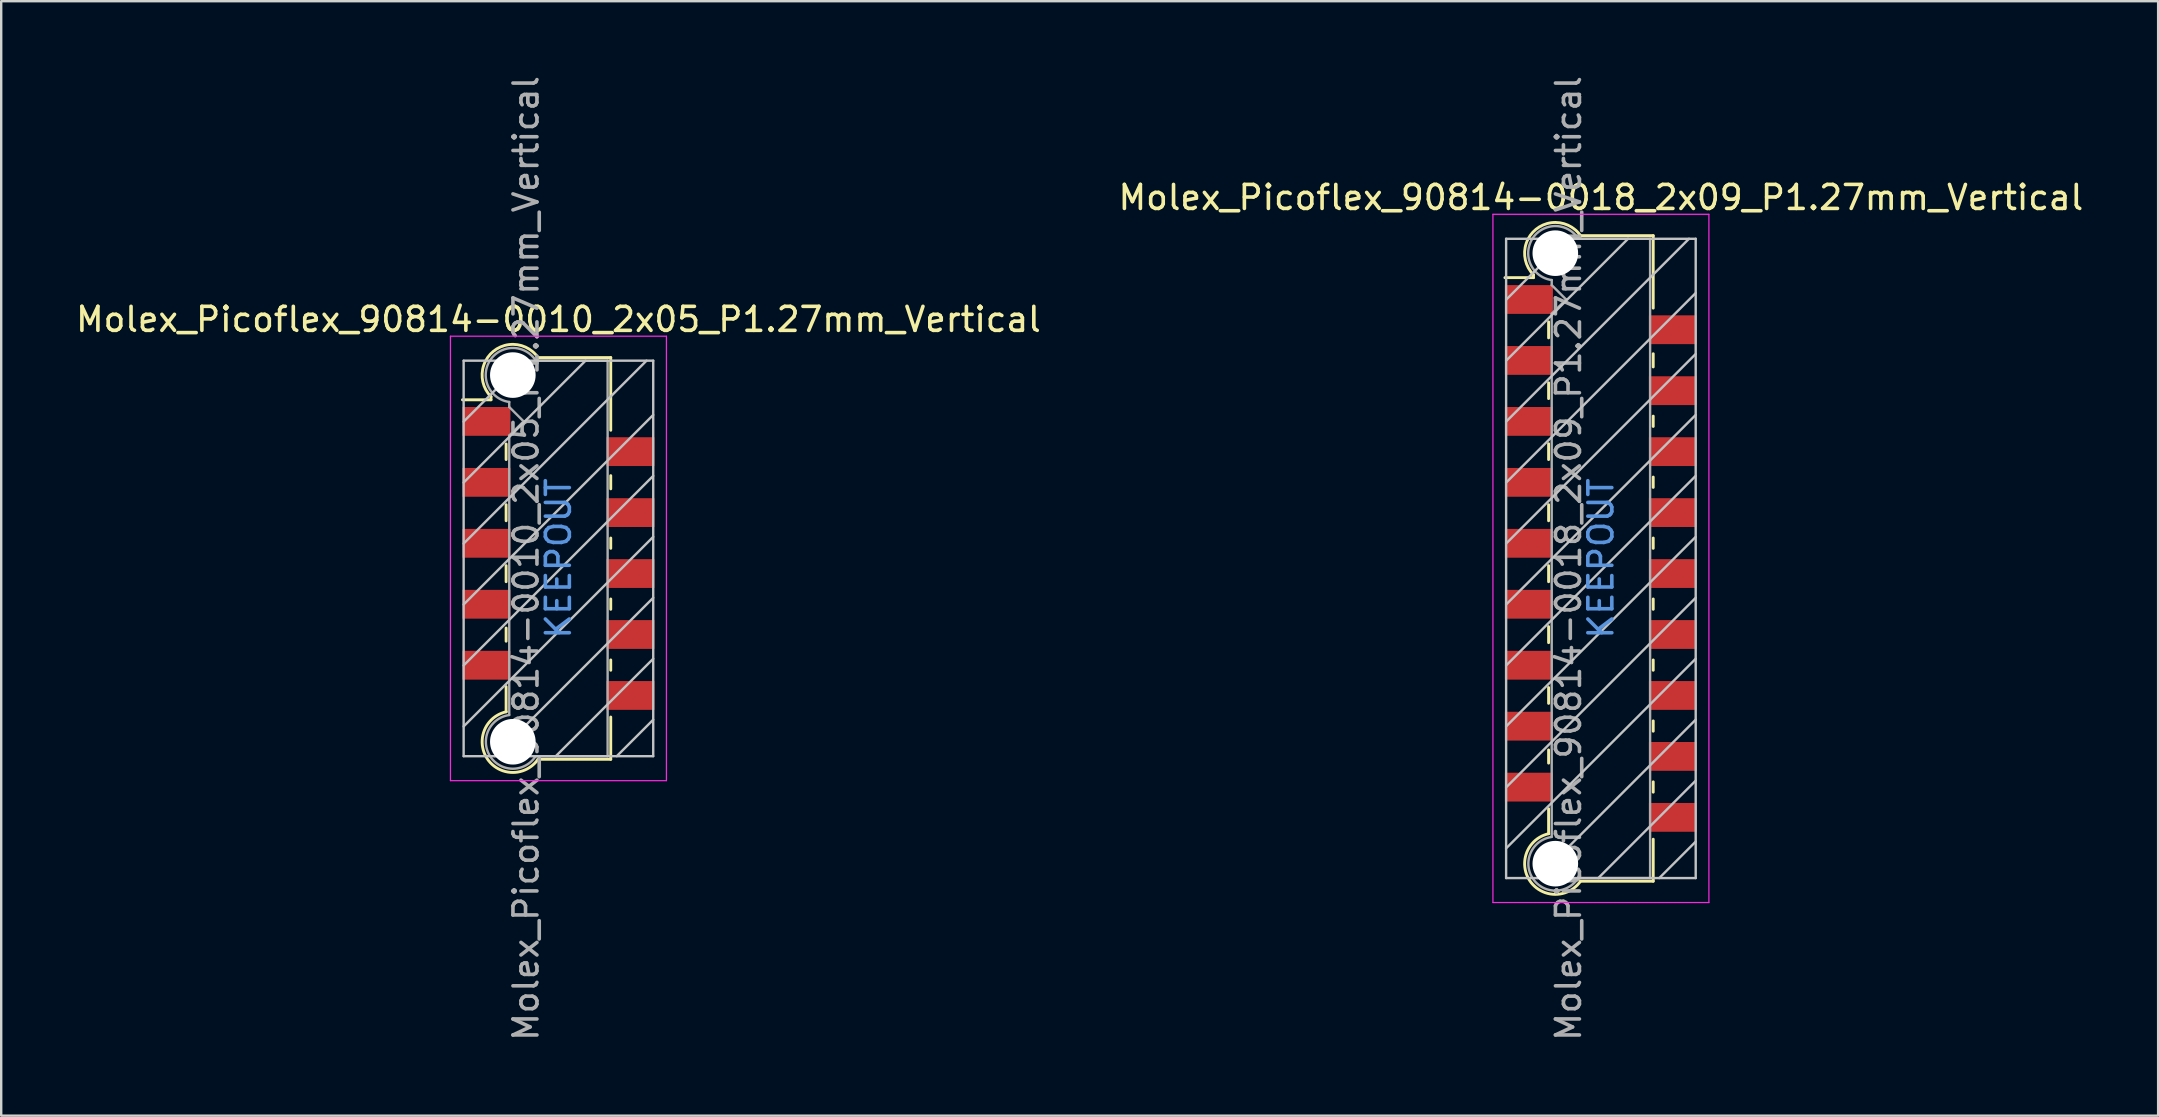
<source format=kicad_pcb>
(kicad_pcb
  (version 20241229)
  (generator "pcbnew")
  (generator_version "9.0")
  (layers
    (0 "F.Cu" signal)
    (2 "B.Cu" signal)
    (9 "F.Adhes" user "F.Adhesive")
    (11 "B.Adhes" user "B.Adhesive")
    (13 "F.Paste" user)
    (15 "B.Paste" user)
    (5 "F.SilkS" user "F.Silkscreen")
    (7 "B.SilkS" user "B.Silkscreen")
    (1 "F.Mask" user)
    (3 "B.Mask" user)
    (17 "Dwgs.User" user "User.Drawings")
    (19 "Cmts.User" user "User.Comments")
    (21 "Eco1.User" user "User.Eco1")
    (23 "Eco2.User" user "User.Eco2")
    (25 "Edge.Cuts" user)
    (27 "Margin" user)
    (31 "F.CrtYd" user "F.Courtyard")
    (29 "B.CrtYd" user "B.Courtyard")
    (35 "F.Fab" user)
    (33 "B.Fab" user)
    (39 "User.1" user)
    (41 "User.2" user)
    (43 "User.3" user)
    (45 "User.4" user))
  (footprint "Molex_Picoflex_90814-0010_2x05_P1.27mm_Vertical"
    (layer "F.Cu")
    (at 20.22 20.22)
    (property "Reference" "Molex_Picoflex_90814-0010_2x05_P1.27mm_Vertical" (at 0 -9.96 0) (layer "F.SilkS") (effects (font (size 1 1) (thickness 0.15))))
    (attr smd)
    (fp_line (start -2.81 -6.74) (end -2.81 -6.61) (stroke (width 0.12) (type solid)) (layer "F.SilkS"))
    (fp_line (start -2.81 -6.61) (end -4 -6.61) (stroke (width 0.12) (type solid)) (layer "F.SilkS"))
    (fp_line (start -2.18 -4.12) (end -2.18 -4.77) (stroke (width 0.12) (type solid)) (layer "F.SilkS"))
    (fp_line (start -2.18 -1.57) (end -2.18 -2.24) (stroke (width 0.12) (type solid)) (layer "F.SilkS"))
    (fp_line (start -2.18 0.97) (end -2.18 0.3) (stroke (width 0.12) (type solid)) (layer "F.SilkS"))
    (fp_line (start -2.18 3.45) (end -2.18 2.9) (stroke (width 0.12) (type solid)) (layer "F.SilkS"))
    (fp_line (start -2.18 6.39) (end -2.18 5.34) (stroke (width 0.12) (type solid)) (layer "F.SilkS"))
    (fp_line (start 2.18 -8.37) (end -0.82 -8.37) (stroke (width 0.12) (type solid)) (layer "F.SilkS"))
    (fp_line (start 2.18 -8.37) (end 2.18 -5.34) (stroke (width 0.12) (type solid)) (layer "F.SilkS"))
    (fp_line (start 2.18 -3.45) (end 2.18 -2.9) (stroke (width 0.12) (type solid)) (layer "F.SilkS"))
    (fp_line (start 2.18 -0.85) (end 2.18 -0.42) (stroke (width 0.12) (type solid)) (layer "F.SilkS"))
    (fp_line (start 2.18 1.69) (end 2.18 2.12) (stroke (width 0.12) (type solid)) (layer "F.SilkS"))
    (fp_line (start 2.18 4.23) (end 2.18 4.66) (stroke (width 0.12) (type solid)) (layer "F.SilkS"))
    (fp_line (start 2.18 6.61) (end 2.18 8.37) (stroke (width 0.12) (type solid)) (layer "F.SilkS"))
    (fp_line (start 2.18 8.37) (end -0.85 8.37) (stroke (width 0.12) (type solid)) (layer "F.SilkS"))
    (fp_arc (start -2.81 -6.74) (mid -2.708637 -8.632072) (end -0.834991 -8.349828) (stroke (width 0.12) (type solid)) (layer "F.SilkS"))
    (fp_arc (start -0.85 8.37) (mid -2.962791 8.351248) (end -2.174424 6.390964) (stroke (width 0.12) (type solid)) (layer "F.SilkS"))
    (fp_line (start -3.95 -8.24) (end -3.95 8.24) (stroke (width 0.1) (type solid)) (layer "Dwgs.User"))
    (fp_line (start -3.95 -5.7) (end -1.41 -8.24) (stroke (width 0.1) (type solid)) (layer "Dwgs.User"))
    (fp_line (start -3.95 -3.16) (end 1.13 -8.24) (stroke (width 0.1) (type solid)) (layer "Dwgs.User"))
    (fp_line (start -3.95 -0.62) (end 3.67 -8.24) (stroke (width 0.1) (type solid)) (layer "Dwgs.User"))
    (fp_line (start -3.95 1.92) (end 3.95 -5.98) (stroke (width 0.1) (type solid)) (layer "Dwgs.User"))
    (fp_line (start -3.95 4.46) (end 3.95 -3.44) (stroke (width 0.1) (type solid)) (layer "Dwgs.User"))
    (fp_line (start -3.95 7) (end 3.95 -0.9) (stroke (width 0.1) (type solid)) (layer "Dwgs.User"))
    (fp_line (start -3.95 8.24) (end 3.95 8.24) (stroke (width 0.1) (type solid)) (layer "Dwgs.User"))
    (fp_line (start -2.65 8.24) (end 3.95 1.64) (stroke (width 0.1) (type solid)) (layer "Dwgs.User"))
    (fp_line (start -0.11 8.24) (end 3.95 4.18) (stroke (width 0.1) (type solid)) (layer "Dwgs.User"))
    (fp_line (start 2.43 8.24) (end 3.95 6.72) (stroke (width 0.1) (type solid)) (layer "Dwgs.User"))
    (fp_line (start 3.95 -8.24) (end -3.95 -8.24) (stroke (width 0.1) (type solid)) (layer "Dwgs.User"))
    (fp_line (start 3.95 8.24) (end 3.95 -8.24) (stroke (width 0.1) (type solid)) (layer "Dwgs.User"))
    (fp_line (start -4.5 -9.26) (end -4.5 9.26) (stroke (width 0.05) (type solid)) (layer "F.CrtYd"))
    (fp_line (start -4.5 9.26) (end 4.5 9.26) (stroke (width 0.05) (type solid)) (layer "F.CrtYd"))
    (fp_line (start 4.5 -9.26) (end -4.5 -9.26) (stroke (width 0.05) (type solid)) (layer "F.CrtYd"))
    (fp_line (start 4.5 9.26) (end 4.5 -9.26) (stroke (width 0.05) (type solid)) (layer "F.CrtYd"))
    (fp_line (start -2.05 -6.31) (end -2.05 -6.52) (stroke (width 0.1) (type solid)) (layer "F.Fab"))
    (fp_line (start -2.05 -5.12) (end -1.45 -5.71) (stroke (width 0.1) (type solid)) (layer "F.Fab"))
    (fp_line (start -2.05 6.52) (end -2.05 -5.12) (stroke (width 0.1) (type solid)) (layer "F.Fab"))
    (fp_line (start -1.45 -5.71) (end -2.05 -6.31) (stroke (width 0.1) (type solid)) (layer "F.Fab"))
    (fp_line (start 2.05 -8.24) (end -0.93 -8.24) (stroke (width 0.1) (type solid)) (layer "F.Fab"))
    (fp_line (start 2.05 -8.24) (end 2.05 8.24) (stroke (width 0.1) (type solid)) (layer "F.Fab"))
    (fp_line (start 2.05 8.24) (end -0.95 8.24) (stroke (width 0.1) (type solid)) (layer "F.Fab"))
    (fp_arc (start -2.05 -6.52) (mid -2.851672 -8.249279) (end -0.945612 -8.245015) (stroke (width 0.1) (type solid)) (layer "F.Fab"))
    (fp_arc (start -0.95 8.24) (mid -2.845272 8.247422) (end -2.051022 6.526585) (stroke (width 0.1) (type solid)) (layer "F.Fab"))
    (fp_text user "KEEPOUT" (at 0 0 90) (layer "Cmts.User") (effects (font (size 1 1) (thickness 0.15))))
    (fp_text user "${REFERENCE}" (at -1.35 0 90) (layer "F.Fab") (effects (font (size 1 1) (thickness 0.15))))
    (pad "" np_thru_hole circle (at -1.9 -7.64) (size 1.9 1.9) (drill 1.9) (layers "*.Cu" "*.Mask"))
    (pad "" np_thru_hole circle (at -1.9 7.64) (size 1.9 1.9) (drill 1.9) (layers "*.Cu" "*.Mask"))
    (pad "1" smd rect (at -3 -5.71) (size 2 1.2) (layers "F.Cu" "F.Mask" "F.Paste"))
    (pad "2" smd rect (at 3 -4.45) (size 2 1.2) (layers "F.Cu" "F.Mask" "F.Paste"))
    (pad "3" smd rect (at -3 -3.17) (size 2 1.2) (layers "F.Cu" "F.Mask" "F.Paste"))
    (pad "4" smd rect (at 3 -1.91) (size 2 1.2) (layers "F.Cu" "F.Mask" "F.Paste"))
    (pad "5" smd rect (at -3 -0.63) (size 2 1.2) (layers "F.Cu" "F.Mask" "F.Paste"))
    (pad "6" smd rect (at 3 0.63) (size 2 1.2) (layers "F.Cu" "F.Mask" "F.Paste"))
    (pad "7" smd rect (at -3 1.91) (size 2 1.2) (layers "F.Cu" "F.Mask" "F.Paste"))
    (pad "8" smd rect (at 3 3.17) (size 2 1.2) (layers "F.Cu" "F.Mask" "F.Paste"))
    (pad "9" smd rect (at -3 4.45) (size 2 1.2) (layers "F.Cu" "F.Mask" "F.Paste"))
    (pad "10" smd rect (at 3 5.71) (size 2 1.2) (layers "F.Cu" "F.Mask" "F.Paste")))
  (footprint "Molex_Picoflex_90814-0018_2x09_P1.27mm_Vertical"
    (layer "F.Cu")
    (at 63.661 20.22)
    (property "Reference" "Molex_Picoflex_90814-0018_2x09_P1.27mm_Vertical" (at 0 -15.04 0) (layer "F.SilkS") (effects (font (size 1 1) (thickness 0.15))))
    (attr smd)
    (fp_line (start -2.81 -11.82) (end -2.81 -11.7) (stroke (width 0.12) (type solid)) (layer "F.SilkS"))
    (fp_line (start -2.81 -11.7) (end -4 -11.7) (stroke (width 0.12) (type solid)) (layer "F.SilkS"))
    (fp_line (start -2.18 -9.19) (end -2.18 -9.86) (stroke (width 0.12) (type solid)) (layer "F.SilkS"))
    (fp_line (start -2.18 -6.66) (end -2.18 -7.32) (stroke (width 0.12) (type solid)) (layer "F.SilkS"))
    (fp_line (start -2.18 -4.12) (end -2.18 -4.78) (stroke (width 0.12) (type solid)) (layer "F.SilkS"))
    (fp_line (start -2.18 -1.57) (end -2.18 -2.24) (stroke (width 0.12) (type solid)) (layer "F.SilkS"))
    (fp_line (start -2.18 0.97) (end -2.18 0.3) (stroke (width 0.12) (type solid)) (layer "F.SilkS"))
    (fp_line (start -2.18 3.51) (end -2.18 2.84) (stroke (width 0.12) (type solid)) (layer "F.SilkS"))
    (fp_line (start -2.18 6.04) (end -2.18 5.38) (stroke (width 0.12) (type solid)) (layer "F.SilkS"))
    (fp_line (start -2.18 8.53) (end -2.18 7.98) (stroke (width 0.12) (type solid)) (layer "F.SilkS"))
    (fp_line (start -2.18 11.47) (end -2.18 10.43) (stroke (width 0.12) (type solid)) (layer "F.SilkS"))
    (fp_line (start 2.18 -13.45) (end -0.82 -13.45) (stroke (width 0.12) (type solid)) (layer "F.SilkS"))
    (fp_line (start 2.18 -13.45) (end 2.18 -10.43) (stroke (width 0.12) (type solid)) (layer "F.SilkS"))
    (fp_line (start 2.18 -8.53) (end 2.18 -7.98) (stroke (width 0.12) (type solid)) (layer "F.SilkS"))
    (fp_line (start 2.18 -5.93) (end 2.18 -5.5) (stroke (width 0.12) (type solid)) (layer "F.SilkS"))
    (fp_line (start 2.18 -3.39) (end 2.18 -2.96) (stroke (width 0.12) (type solid)) (layer "F.SilkS"))
    (fp_line (start 2.18 -0.85) (end 2.18 -0.42) (stroke (width 0.12) (type solid)) (layer "F.SilkS"))
    (fp_line (start 2.18 1.69) (end 2.18 2.12) (stroke (width 0.12) (type solid)) (layer "F.SilkS"))
    (fp_line (start 2.18 4.23) (end 2.18 4.66) (stroke (width 0.12) (type solid)) (layer "F.SilkS"))
    (fp_line (start 2.18 6.77) (end 2.18 7.2) (stroke (width 0.12) (type solid)) (layer "F.SilkS"))
    (fp_line (start 2.18 9.31) (end 2.18 9.74) (stroke (width 0.12) (type solid)) (layer "F.SilkS"))
    (fp_line (start 2.18 11.7) (end 2.18 13.45) (stroke (width 0.12) (type solid)) (layer "F.SilkS"))
    (fp_line (start 2.18 13.45) (end -0.85 13.45) (stroke (width 0.12) (type solid)) (layer "F.SilkS"))
    (fp_arc (start -2.81 -11.82) (mid -2.708637 -13.712072) (end -0.834991 -13.429828) (stroke (width 0.12) (type solid)) (layer "F.SilkS"))
    (fp_arc (start -0.85 13.45) (mid -2.962791 13.431248) (end -2.174424 11.470964) (stroke (width 0.12) (type solid)) (layer "F.SilkS"))
    (fp_line (start -3.95 -13.32) (end -3.95 13.32) (stroke (width 0.1) (type solid)) (layer "Dwgs.User"))
    (fp_line (start -3.95 -10.78) (end -1.41 -13.32) (stroke (width 0.1) (type solid)) (layer "Dwgs.User"))
    (fp_line (start -3.95 -8.24) (end 1.13 -13.32) (stroke (width 0.1) (type solid)) (layer "Dwgs.User"))
    (fp_line (start -3.95 -5.7) (end 3.67 -13.32) (stroke (width 0.1) (type solid)) (layer "Dwgs.User"))
    (fp_line (start -3.95 -3.16) (end 3.95 -11.06) (stroke (width 0.1) (type solid)) (layer "Dwgs.User"))
    (fp_line (start -3.95 -0.62) (end 3.95 -8.52) (stroke (width 0.1) (type solid)) (layer "Dwgs.User"))
    (fp_line (start -3.95 1.92) (end 3.95 -5.98) (stroke (width 0.1) (type solid)) (layer "Dwgs.User"))
    (fp_line (start -3.95 4.46) (end 3.95 -3.44) (stroke (width 0.1) (type solid)) (layer "Dwgs.User"))
    (fp_line (start -3.95 7) (end 3.95 -0.9) (stroke (width 0.1) (type solid)) (layer "Dwgs.User"))
    (fp_line (start -3.95 9.54) (end 3.95 1.64) (stroke (width 0.1) (type solid)) (layer "Dwgs.User"))
    (fp_line (start -3.95 12.08) (end 3.95 4.18) (stroke (width 0.1) (type solid)) (layer "Dwgs.User"))
    (fp_line (start -3.95 13.32) (end 3.95 13.32) (stroke (width 0.1) (type solid)) (layer "Dwgs.User"))
    (fp_line (start -2.65 13.32) (end 3.95 6.72) (stroke (width 0.1) (type solid)) (layer "Dwgs.User"))
    (fp_line (start -0.11 13.32) (end 3.95 9.26) (stroke (width 0.1) (type solid)) (layer "Dwgs.User"))
    (fp_line (start 2.43 13.32) (end 3.95 11.8) (stroke (width 0.1) (type solid)) (layer "Dwgs.User"))
    (fp_line (start 3.95 -13.32) (end -3.95 -13.32) (stroke (width 0.1) (type solid)) (layer "Dwgs.User"))
    (fp_line (start 3.95 13.32) (end 3.95 -13.32) (stroke (width 0.1) (type solid)) (layer "Dwgs.User"))
    (fp_line (start -4.5 -14.34) (end -4.5 14.34) (stroke (width 0.05) (type solid)) (layer "F.CrtYd"))
    (fp_line (start -4.5 14.34) (end 4.5 14.34) (stroke (width 0.05) (type solid)) (layer "F.CrtYd"))
    (fp_line (start 4.5 -14.34) (end -4.5 -14.34) (stroke (width 0.05) (type solid)) (layer "F.CrtYd"))
    (fp_line (start 4.5 14.34) (end 4.5 -14.34) (stroke (width 0.05) (type solid)) (layer "F.CrtYd"))
    (fp_line (start -2.05 -11.39) (end -2.05 -11.6) (stroke (width 0.1) (type solid)) (layer "F.Fab"))
    (fp_line (start -2.05 -10.2) (end -1.45 -10.79) (stroke (width 0.1) (type solid)) (layer "F.Fab"))
    (fp_line (start -2.05 11.6) (end -2.05 -10.2) (stroke (width 0.1) (type solid)) (layer "F.Fab"))
    (fp_line (start -1.45 -10.79) (end -2.05 -11.39) (stroke (width 0.1) (type solid)) (layer "F.Fab"))
    (fp_line (start 2.05 -13.32) (end -0.93 -13.32) (stroke (width 0.1) (type solid)) (layer "F.Fab"))
    (fp_line (start 2.05 -13.32) (end 2.05 13.32) (stroke (width 0.1) (type solid)) (layer "F.Fab"))
    (fp_line (start 2.05 13.32) (end -0.95 13.32) (stroke (width 0.1) (type solid)) (layer "F.Fab"))
    (fp_arc (start -2.05 -11.6) (mid -2.851672 -13.329279) (end -0.945612 -13.325015) (stroke (width 0.1) (type solid)) (layer "F.Fab"))
    (fp_arc (start -0.95 13.32) (mid -2.845272 13.327422) (end -2.051022 11.606585) (stroke (width 0.1) (type solid)) (layer "F.Fab"))
    (fp_text user "KEEPOUT" (at 0 0 90) (layer "Cmts.User") (effects (font (size 1 1) (thickness 0.15))))
    (fp_text user "${REFERENCE}" (at -1.35 0 90) (layer "F.Fab") (effects (font (size 1 1) (thickness 0.15))))
    (pad "" np_thru_hole circle (at -1.9 -12.72) (size 1.9 1.9) (drill 1.9) (layers "*.Cu" "*.Mask"))
    (pad "" np_thru_hole circle (at -1.9 12.72) (size 1.9 1.9) (drill 1.9) (layers "*.Cu" "*.Mask"))
    (pad "1" smd rect (at -3 -10.79) (size 2 1.2) (layers "F.Cu" "F.Mask" "F.Paste"))
    (pad "2" smd rect (at 3 -9.53) (size 2 1.2) (layers "F.Cu" "F.Mask" "F.Paste"))
    (pad "3" smd rect (at -3 -8.25) (size 2 1.2) (layers "F.Cu" "F.Mask" "F.Paste"))
    (pad "4" smd rect (at 3 -6.99) (size 2 1.2) (layers "F.Cu" "F.Mask" "F.Paste"))
    (pad "5" smd rect (at -3 -5.71) (size 2 1.2) (layers "F.Cu" "F.Mask" "F.Paste"))
    (pad "6" smd rect (at 3 -4.45) (size 2 1.2) (layers "F.Cu" "F.Mask" "F.Paste"))
    (pad "7" smd rect (at -3 -3.17) (size 2 1.2) (layers "F.Cu" "F.Mask" "F.Paste"))
    (pad "8" smd rect (at 3 -1.91) (size 2 1.2) (layers "F.Cu" "F.Mask" "F.Paste"))
    (pad "9" smd rect (at -3 -0.63) (size 2 1.2) (layers "F.Cu" "F.Mask" "F.Paste"))
    (pad "10" smd rect (at 3 0.63) (size 2 1.2) (layers "F.Cu" "F.Mask" "F.Paste"))
    (pad "11" smd rect (at -3 1.91) (size 2 1.2) (layers "F.Cu" "F.Mask" "F.Paste"))
    (pad "12" smd rect (at 3 3.17) (size 2 1.2) (layers "F.Cu" "F.Mask" "F.Paste"))
    (pad "13" smd rect (at -3 4.45) (size 2 1.2) (layers "F.Cu" "F.Mask" "F.Paste"))
    (pad "14" smd rect (at 3 5.71) (size 2 1.2) (layers "F.Cu" "F.Mask" "F.Paste"))
    (pad "15" smd rect (at -3 6.99) (size 2 1.2) (layers "F.Cu" "F.Mask" "F.Paste"))
    (pad "16" smd rect (at 3 8.25) (size 2 1.2) (layers "F.Cu" "F.Mask" "F.Paste"))
    (pad "17" smd rect (at -3 9.53) (size 2 1.2) (layers "F.Cu" "F.Mask" "F.Paste"))
    (pad "18" smd rect (at 3 10.79) (size 2 1.2) (layers "F.Cu" "F.Mask" "F.Paste")))
  (gr_rect
    (start -3 -3)
    (end 86.881 43.44)
    (stroke (width 0.1) (type default))
    (fill no)
    (layer "Edge.Cuts")))
</source>
